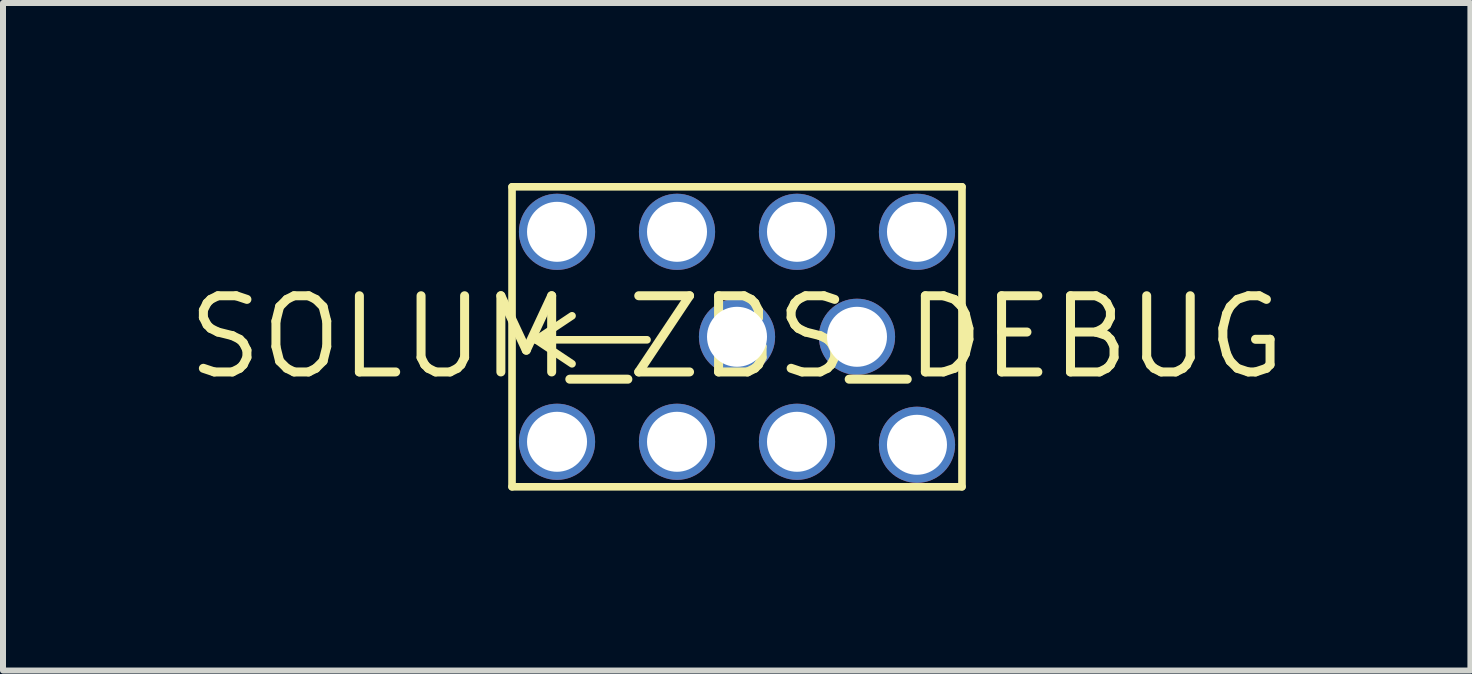
<source format=kicad_pcb>
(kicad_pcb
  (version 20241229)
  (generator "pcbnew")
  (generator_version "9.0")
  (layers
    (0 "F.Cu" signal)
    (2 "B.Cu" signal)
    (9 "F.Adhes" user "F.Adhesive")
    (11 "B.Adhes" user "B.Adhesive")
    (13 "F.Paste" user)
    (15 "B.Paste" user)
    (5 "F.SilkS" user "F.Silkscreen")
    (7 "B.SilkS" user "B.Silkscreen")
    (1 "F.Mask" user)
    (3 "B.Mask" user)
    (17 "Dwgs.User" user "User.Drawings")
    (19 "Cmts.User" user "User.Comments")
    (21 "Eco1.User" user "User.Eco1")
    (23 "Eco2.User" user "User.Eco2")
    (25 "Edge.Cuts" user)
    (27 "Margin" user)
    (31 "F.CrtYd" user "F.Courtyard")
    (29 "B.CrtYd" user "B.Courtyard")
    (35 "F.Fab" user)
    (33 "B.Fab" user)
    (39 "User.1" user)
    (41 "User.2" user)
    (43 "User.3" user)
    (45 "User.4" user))
  (footprint "SOLUM_ZBS_DEBUG"
    (layer "F.Cu")
    (at 9.23 2.57)
    (property "Reference" "SOLUM_ZBS_DEBUG" (at 0 0 0) (layer "F.SilkS") (effects (font (size 1.27 1.27) (thickness 0.15))))
    (fp_line (start -3.745 -2.506) (end -3.745 2.494) (stroke (width 0.127) (type solid)) (layer "F.SilkS"))
    (fp_line (start -3.745 -2.506) (end 3.755 -2.506) (stroke (width 0.127) (type solid)) (layer "F.SilkS"))
    (fp_line (start -3.745 2.494) (end 3.755 2.494) (stroke (width 0.127) (type solid)) (layer "F.SilkS"))
    (fp_line (start -3.345 0.044) (end -2.745 -0.356) (stroke (width 0.127) (type solid)) (layer "F.SilkS"))
    (fp_line (start -3.345 0.044) (end -2.745 0.444) (stroke (width 0.127) (type solid)) (layer "F.SilkS"))
    (fp_line (start -3.345 0.044) (end -1.495 0.044) (stroke (width 0.127) (type solid)) (layer "F.SilkS"))
    (fp_line (start 3.755 -2.506) (end 3.755 2.494) (stroke (width 0.127) (type solid)) (layer "F.SilkS"))
    (pad "1" thru_hole circle (at -2.995 1.744) (size 1.27 1.27) (drill 1) (layers "*.Cu" "*.Mask"))
    (pad "2" thru_hole circle (at -0.995 1.744) (size 1.27 1.27) (drill 1) (layers "*.Cu" "*.Mask"))
    (pad "3" thru_hole circle (at 1.005 1.744) (size 1.27 1.27) (drill 1) (layers "*.Cu" "*.Mask"))
    (pad "4" thru_hole circle (at 3.005 1.794) (size 1.27 1.27) (drill 1) (layers "*.Cu" "*.Mask"))
    (pad "5" thru_hole circle (at 0.005 -0.006) (size 1.27 1.27) (drill 1) (layers "*.Cu" "*.Mask"))
    (pad "6" thru_hole circle (at 2.005 -0.006) (size 1.27 1.27) (drill 1) (layers "*.Cu" "*.Mask"))
    (pad "7" thru_hole circle (at -2.995 -1.756) (size 1.27 1.27) (drill 1) (layers "*.Cu" "*.Mask"))
    (pad "8" thru_hole circle (at -0.995 -1.756) (size 1.27 1.27) (drill 1) (layers "*.Cu" "*.Mask"))
    (pad "9" thru_hole circle (at 1.005 -1.756) (size 1.27 1.27) (drill 1) (layers "*.Cu" "*.Mask"))
    (pad "10" thru_hole circle (at 3.005 -1.756) (size 1.27 1.27) (drill 1) (layers "*.Cu" "*.Mask")))
  (gr_rect
    (start -3 -3)
    (end 21.46 8.127)
    (stroke (width 0.1) (type default))
    (fill no)
    (layer "Edge.Cuts")))
</source>
